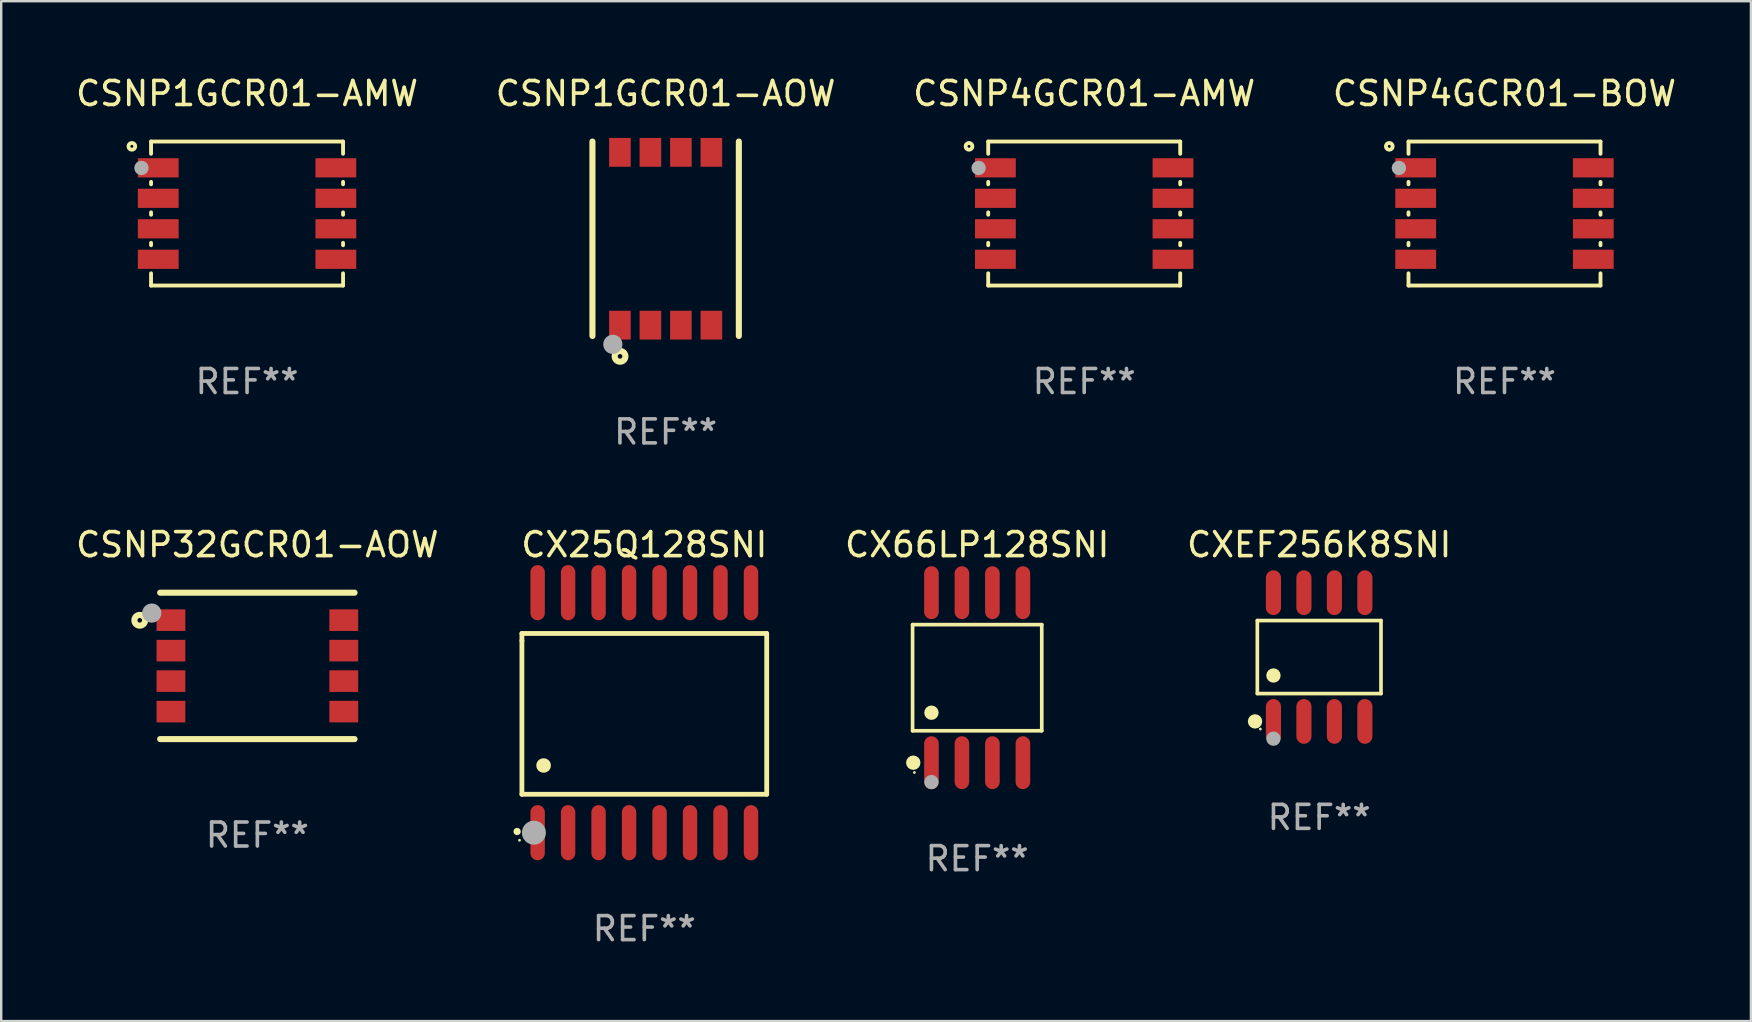
<source format=kicad_pcb>
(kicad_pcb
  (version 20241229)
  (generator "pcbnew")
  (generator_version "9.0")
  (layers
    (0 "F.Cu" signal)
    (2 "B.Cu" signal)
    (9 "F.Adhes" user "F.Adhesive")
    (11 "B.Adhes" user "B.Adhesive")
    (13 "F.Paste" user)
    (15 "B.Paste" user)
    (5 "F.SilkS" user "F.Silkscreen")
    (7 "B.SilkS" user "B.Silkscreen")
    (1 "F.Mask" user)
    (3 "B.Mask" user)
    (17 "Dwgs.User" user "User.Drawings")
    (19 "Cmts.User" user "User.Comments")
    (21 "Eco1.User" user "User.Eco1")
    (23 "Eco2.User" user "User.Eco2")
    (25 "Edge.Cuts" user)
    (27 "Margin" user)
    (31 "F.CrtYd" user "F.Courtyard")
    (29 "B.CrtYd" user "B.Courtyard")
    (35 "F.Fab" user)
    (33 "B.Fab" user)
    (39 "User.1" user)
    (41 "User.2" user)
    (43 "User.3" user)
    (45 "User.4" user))
  (footprint "CX25Q128SNI"
    (layer "F.Cu")
    (at 23.796 26.645)
    (property "Reference" "CX25Q128SNI" (at 0 -7 0) (layer "F.SilkS") (effects (font (size 1 1) (thickness 0.15))))
    (attr through_hole)
    (fp_line (start -5.1 -3.3) (end -5.1 -3) (stroke (width 0.2) (type solid)) (layer "F.SilkS"))
    (fp_line (start -5.1 -3) (end -5.1 3.4) (stroke (width 0.2) (type solid)) (layer "F.SilkS"))
    (fp_line (start -5.1 3.4) (end 5.1 3.4) (stroke (width 0.2) (type solid)) (layer "F.SilkS"))
    (fp_line (start 5.1 -3.3) (end -5.1 -3.3) (stroke (width 0.2) (type solid)) (layer "F.SilkS"))
    (fp_line (start 5.1 3.4) (end 5.1 -3.3) (stroke (width 0.2) (type solid)) (layer "F.SilkS"))
    (fp_arc (start -5.300991 4.950495) (mid -5.299721 4.95049) (end -5.298451 4.950495) (stroke (width 0.3) (type solid)) (layer "F.SilkS"))
    (fp_arc (start -4.2 2.200025) (mid -4.19619 2.200001) (end -4.19238 2.200025) (stroke (width 0.6) (type solid)) (layer "F.SilkS"))
    (fp_circle (center -5.2 5.315) (end -5.17 5.315) (stroke (width 0.06) (type solid)) (fill no) (layer "F.SilkS"))
    (fp_circle (center -4.6 5) (end -4.35 5) (stroke (width 0.5) (type solid)) (fill no) (layer "F.Fab"))
    (fp_text user "REF**" (at 0 9 0) (layer "F.Fab") (effects (font (size 1 1) (thickness 0.15))))
    (pad "1" smd oval (at -4.445 5 180) (size 0.6 2.3) (layers "F.Cu" "F.Mask" "F.Paste"))
    (pad "2" smd oval (at -3.175 5 180) (size 0.6 2.3) (layers "F.Cu" "F.Mask" "F.Paste"))
    (pad "3" smd oval (at -1.905 5 180) (size 0.6 2.3) (layers "F.Cu" "F.Mask" "F.Paste"))
    (pad "4" smd oval (at -0.635 5 180) (size 0.6 2.3) (layers "F.Cu" "F.Mask" "F.Paste"))
    (pad "5" smd oval (at 0.635 5 180) (size 0.6 2.3) (layers "F.Cu" "F.Mask" "F.Paste"))
    (pad "6" smd oval (at 1.905 5 180) (size 0.6 2.3) (layers "F.Cu" "F.Mask" "F.Paste"))
    (pad "7" smd oval (at 3.175 5 180) (size 0.6 2.3) (layers "F.Cu" "F.Mask" "F.Paste"))
    (pad "8" smd oval (at 4.445 5 180) (size 0.6 2.3) (layers "F.Cu" "F.Mask" "F.Paste"))
    (pad "9" smd oval (at 4.445 -5 180) (size 0.6 2.3) (layers "F.Cu" "F.Mask" "F.Paste"))
    (pad "10" smd oval (at 3.175 -5 180) (size 0.6 2.3) (layers "F.Cu" "F.Mask" "F.Paste"))
    (pad "11" smd oval (at 1.905 -5 180) (size 0.6 2.3) (layers "F.Cu" "F.Mask" "F.Paste"))
    (pad "12" smd oval (at 0.635 -5 180) (size 0.6 2.3) (layers "F.Cu" "F.Mask" "F.Paste"))
    (pad "13" smd oval (at -0.635 -5 180) (size 0.6 2.3) (layers "F.Cu" "F.Mask" "F.Paste"))
    (pad "14" smd oval (at -1.905 -5 180) (size 0.6 2.3) (layers "F.Cu" "F.Mask" "F.Paste"))
    (pad "15" smd oval (at -3.175 -5 180) (size 0.6 2.3) (layers "F.Cu" "F.Mask" "F.Paste"))
    (pad "16" smd oval (at -4.445 -5 180) (size 0.6 2.3) (layers "F.Cu" "F.Mask" "F.Paste")))
  (footprint "CSNP1GCR01-AMW"
    (layer "F.Cu")
    (at 7.244 5.848)
    (property "Reference" "CSNP1GCR01-AMW" (at 0 -5 0) (layer "F.SilkS") (effects (font (size 1 1) (thickness 0.15))))
    (attr through_hole)
    (fp_line (start -4 -3) (end -4 -2.489) (stroke (width 0.16) (type solid)) (layer "F.SilkS"))
    (fp_line (start -4 -3) (end 4 -3) (stroke (width 0.16) (type solid)) (layer "F.SilkS"))
    (fp_line (start -4 -1.321) (end -4 -1.219) (stroke (width 0.16) (type solid)) (layer "F.SilkS"))
    (fp_line (start -4 -0.051) (end -4 0.051) (stroke (width 0.16) (type solid)) (layer "F.SilkS"))
    (fp_line (start -4 1.219) (end -4 1.321) (stroke (width 0.16) (type solid)) (layer "F.SilkS"))
    (fp_line (start -4 2.489) (end -4 3) (stroke (width 0.16) (type solid)) (layer "F.SilkS"))
    (fp_line (start -4 3) (end 4 3) (stroke (width 0.16) (type solid)) (layer "F.SilkS"))
    (fp_line (start 4 -3) (end 4 -2.489) (stroke (width 0.16) (type solid)) (layer "F.SilkS"))
    (fp_line (start 4 -1.321) (end 4 -1.219) (stroke (width 0.16) (type solid)) (layer "F.SilkS"))
    (fp_line (start 4 -0.051) (end 4 0.051) (stroke (width 0.16) (type solid)) (layer "F.SilkS"))
    (fp_line (start 4 1.219) (end 4 1.321) (stroke (width 0.16) (type solid)) (layer "F.SilkS"))
    (fp_line (start 4 2.489) (end 4 3) (stroke (width 0.16) (type solid)) (layer "F.SilkS"))
    (fp_circle (center -4.8 -2.8) (end -4.659 -2.8) (stroke (width 0.16) (type solid)) (fill no) (layer "F.SilkS"))
    (fp_circle (center -4 -3) (end -3.97 -3) (stroke (width 0.06) (type solid)) (fill no) (layer "F.SilkS"))
    (fp_circle (center -4.4 -1.9) (end -4.25 -1.9) (stroke (width 0.3) (type solid)) (fill no) (layer "F.Fab"))
    (fp_text user "REF**" (at 0 7 0) (layer "F.Fab") (effects (font (size 1 1) (thickness 0.15))))
    (pad "1" smd rect (at -3.7 -1.905) (size 1.7 0.8) (layers "F.Cu" "F.Mask" "F.Paste"))
    (pad "2" smd rect (at -3.7 -0.635) (size 1.7 0.8) (layers "F.Cu" "F.Mask" "F.Paste"))
    (pad "3" smd rect (at -3.7 0.635) (size 1.7 0.8) (layers "F.Cu" "F.Mask" "F.Paste"))
    (pad "4" smd rect (at -3.7 1.905) (size 1.7 0.8) (layers "F.Cu" "F.Mask" "F.Paste"))
    (pad "5" smd rect (at 3.7 1.905) (size 1.7 0.8) (layers "F.Cu" "F.Mask" "F.Paste"))
    (pad "6" smd rect (at 3.7 0.635) (size 1.7 0.8) (layers "F.Cu" "F.Mask" "F.Paste"))
    (pad "7" smd rect (at 3.7 -0.635) (size 1.7 0.8) (layers "F.Cu" "F.Mask" "F.Paste"))
    (pad "8" smd rect (at 3.7 -1.905) (size 1.7 0.8) (layers "F.Cu" "F.Mask" "F.Paste")))
  (footprint "CSNP4GCR01-BOW"
    (layer "F.Cu")
    (at 59.637 5.848)
    (property "Reference" "CSNP4GCR01-BOW" (at 0 -5 0) (layer "F.SilkS") (effects (font (size 1 1) (thickness 0.15))))
    (attr through_hole)
    (fp_line (start -4 -3) (end -4 -2.489) (stroke (width 0.16) (type solid)) (layer "F.SilkS"))
    (fp_line (start -4 -3) (end 4 -3) (stroke (width 0.16) (type solid)) (layer "F.SilkS"))
    (fp_line (start -4 -1.321) (end -4 -1.219) (stroke (width 0.16) (type solid)) (layer "F.SilkS"))
    (fp_line (start -4 -0.051) (end -4 0.051) (stroke (width 0.16) (type solid)) (layer "F.SilkS"))
    (fp_line (start -4 1.219) (end -4 1.321) (stroke (width 0.16) (type solid)) (layer "F.SilkS"))
    (fp_line (start -4 2.489) (end -4 3) (stroke (width 0.16) (type solid)) (layer "F.SilkS"))
    (fp_line (start -4 3) (end 4 3) (stroke (width 0.16) (type solid)) (layer "F.SilkS"))
    (fp_line (start 4 -3) (end 4 -2.489) (stroke (width 0.16) (type solid)) (layer "F.SilkS"))
    (fp_line (start 4 -1.321) (end 4 -1.219) (stroke (width 0.16) (type solid)) (layer "F.SilkS"))
    (fp_line (start 4 -0.051) (end 4 0.051) (stroke (width 0.16) (type solid)) (layer "F.SilkS"))
    (fp_line (start 4 1.219) (end 4 1.321) (stroke (width 0.16) (type solid)) (layer "F.SilkS"))
    (fp_line (start 4 2.489) (end 4 3) (stroke (width 0.16) (type solid)) (layer "F.SilkS"))
    (fp_circle (center -4.8 -2.8) (end -4.659 -2.8) (stroke (width 0.16) (type solid)) (fill no) (layer "F.SilkS"))
    (fp_circle (center -4 -3) (end -3.97 -3) (stroke (width 0.06) (type solid)) (fill no) (layer "F.SilkS"))
    (fp_circle (center -4.4 -1.9) (end -4.25 -1.9) (stroke (width 0.3) (type solid)) (fill no) (layer "F.Fab"))
    (fp_text user "REF**" (at 0 7 0) (layer "F.Fab") (effects (font (size 1 1) (thickness 0.15))))
    (pad "1" smd rect (at -3.7 -1.905) (size 1.7 0.8) (layers "F.Cu" "F.Mask" "F.Paste"))
    (pad "2" smd rect (at -3.7 -0.635) (size 1.7 0.8) (layers "F.Cu" "F.Mask" "F.Paste"))
    (pad "3" smd rect (at -3.7 0.635) (size 1.7 0.8) (layers "F.Cu" "F.Mask" "F.Paste"))
    (pad "4" smd rect (at -3.7 1.905) (size 1.7 0.8) (layers "F.Cu" "F.Mask" "F.Paste"))
    (pad "5" smd rect (at 3.7 1.905) (size 1.7 0.8) (layers "F.Cu" "F.Mask" "F.Paste"))
    (pad "6" smd rect (at 3.7 0.635) (size 1.7 0.8) (layers "F.Cu" "F.Mask" "F.Paste"))
    (pad "7" smd rect (at 3.7 -0.635) (size 1.7 0.8) (layers "F.Cu" "F.Mask" "F.Paste"))
    (pad "8" smd rect (at 3.7 -1.905) (size 1.7 0.8) (layers "F.Cu" "F.Mask" "F.Paste")))
  (footprint "CSNP32GCR01-AOW"
    (layer "F.Cu")
    (at 7.673 24.695)
    (property "Reference" "CSNP32GCR01-AOW" (at 0 -5.05 0) (layer "F.SilkS") (effects (font (size 1 1) (thickness 0.15))))
    (attr through_hole)
    (fp_line (start -4.05 -3.05) (end 4.05 -3.05) (stroke (width 0.254) (type solid)) (layer "F.SilkS"))
    (fp_line (start -4.05 3.05) (end 4.05 3.05) (stroke (width 0.254) (type solid)) (layer "F.SilkS"))
    (fp_circle (center -4.9 -1.9) (end -4.676 -1.9) (stroke (width 0.254) (type solid)) (fill no) (layer "F.SilkS"))
    (fp_circle (center -4.002 -3) (end -3.972 -3) (stroke (width 0.06) (type solid)) (fill no) (layer "F.SilkS"))
    (fp_circle (center -4.4 -2.2) (end -4.2 -2.2) (stroke (width 0.4) (type solid)) (fill no) (layer "F.Fab"))
    (fp_text user "REF**" (at 0 7.05 0) (layer "F.Fab") (effects (font (size 1 1) (thickness 0.15))))
    (pad "1" smd rect (at -3.6 -1.905 90) (size 0.9 1.2) (layers "F.Cu" "F.Mask" "F.Paste"))
    (pad "2" smd rect (at -3.6 -0.635 270) (size 0.9 1.2) (layers "F.Cu" "F.Mask" "F.Paste"))
    (pad "3" smd rect (at -3.6 0.635 270) (size 0.9 1.2) (layers "F.Cu" "F.Mask" "F.Paste"))
    (pad "4" smd rect (at -3.6 1.905 270) (size 0.9 1.2) (layers "F.Cu" "F.Mask" "F.Paste"))
    (pad "5" smd rect (at 3.6 1.905 270) (size 0.9 1.2) (layers "F.Cu" "F.Mask" "F.Paste"))
    (pad "6" smd rect (at 3.6 0.635 270) (size 0.9 1.2) (layers "F.Cu" "F.Mask" "F.Paste"))
    (pad "7" smd rect (at 3.6 -0.635 270) (size 0.9 1.2) (layers "F.Cu" "F.Mask" "F.Paste"))
    (pad "8" smd rect (at 3.6 -1.905 270) (size 0.9 1.2) (layers "F.Cu" "F.Mask" "F.Paste")))
  (footprint "CXEF256K8SNI"
    (layer "F.Cu")
    (at 51.915 24.327)
    (property "Reference" "CXEF256K8SNI" (at 0 -4.682 0) (layer "F.SilkS") (effects (font (size 1 1) (thickness 0.15))))
    (attr through_hole)
    (fp_line (start -2.576 -1.521) (end 2.576 -1.521) (stroke (width 0.152) (type solid)) (layer "F.SilkS"))
    (fp_line (start -2.576 1.521) (end -2.576 -1.521) (stroke (width 0.152) (type solid)) (layer "F.SilkS"))
    (fp_line (start 2.576 -1.521) (end 2.576 1.521) (stroke (width 0.152) (type solid)) (layer "F.SilkS"))
    (fp_line (start 2.576 1.521) (end -2.576 1.521) (stroke (width 0.152) (type solid)) (layer "F.SilkS"))
    (fp_circle (center -2.672 2.682) (end -2.522 2.682) (stroke (width 0.3) (type solid)) (fill no) (layer "F.SilkS"))
    (fp_circle (center -2.45 3) (end -2.42 3) (stroke (width 0.06) (type solid)) (fill no) (layer "F.SilkS"))
    (fp_circle (center -1.905 0.769) (end -1.755 0.769) (stroke (width 0.3) (type solid)) (fill no) (layer "F.SilkS"))
    (fp_circle (center -1.905 3.4) (end -1.755 3.4) (stroke (width 0.3) (type solid)) (fill no) (layer "F.Fab"))
    (fp_text user "REF**" (at 0 6.682 0) (layer "F.Fab") (effects (font (size 1 1) (thickness 0.15))))
    (pad "1" smd oval (at -1.905 2.682) (size 0.63 1.865) (layers "F.Cu" "F.Mask" "F.Paste"))
    (pad "2" smd oval (at -0.635 2.682) (size 0.63 1.865) (layers "F.Cu" "F.Mask" "F.Paste"))
    (pad "3" smd oval (at 0.635 2.682) (size 0.63 1.865) (layers "F.Cu" "F.Mask" "F.Paste"))
    (pad "4" smd oval (at 1.905 2.682) (size 0.63 1.865) (layers "F.Cu" "F.Mask" "F.Paste"))
    (pad "5" smd oval (at 1.905 -2.682) (size 0.63 1.865) (layers "F.Cu" "F.Mask" "F.Paste"))
    (pad "6" smd oval (at 0.635 -2.682) (size 0.63 1.865) (layers "F.Cu" "F.Mask" "F.Paste"))
    (pad "7" smd oval (at -0.635 -2.682) (size 0.63 1.865) (layers "F.Cu" "F.Mask" "F.Paste"))
    (pad "8" smd oval (at -1.905 -2.682) (size 0.63 1.865) (layers "F.Cu" "F.Mask" "F.Paste")))
  (footprint "CX66LP128SNI"
    (layer "F.Cu")
    (at 37.665 25.187)
    (property "Reference" "CX66LP128SNI" (at 0 -5.542 0) (layer "F.SilkS") (effects (font (size 1 1) (thickness 0.15))))
    (attr through_hole)
    (fp_line (start -2.691 -2.211) (end 2.691 -2.211) (stroke (width 0.152) (type solid)) (layer "F.SilkS"))
    (fp_line (start -2.691 2.211) (end -2.691 -2.211) (stroke (width 0.152) (type solid)) (layer "F.SilkS"))
    (fp_line (start 2.691 -2.211) (end 2.691 2.211) (stroke (width 0.152) (type solid)) (layer "F.SilkS"))
    (fp_line (start 2.691 2.211) (end -2.691 2.211) (stroke (width 0.152) (type solid)) (layer "F.SilkS"))
    (fp_circle (center -2.662 3.542) (end -2.512 3.542) (stroke (width 0.3) (type solid)) (fill no) (layer "F.SilkS"))
    (fp_circle (center -2.615 3.95) (end -2.585 3.95) (stroke (width 0.06) (type solid)) (fill no) (layer "F.SilkS"))
    (fp_circle (center -1.905 1.459) (end -1.755 1.459) (stroke (width 0.3) (type solid)) (fill no) (layer "F.SilkS"))
    (fp_circle (center -1.905 4.35) (end -1.755 4.35) (stroke (width 0.3) (type solid)) (fill no) (layer "F.Fab"))
    (fp_text user "REF**" (at 0 7.542 0) (layer "F.Fab") (effects (font (size 1 1) (thickness 0.15))))
    (pad "1" smd oval (at -1.905 3.542) (size 0.609 2.204) (layers "F.Cu" "F.Mask" "F.Paste"))
    (pad "2" smd oval (at -0.635 3.542) (size 0.609 2.204) (layers "F.Cu" "F.Mask" "F.Paste"))
    (pad "3" smd oval (at 0.635 3.542) (size 0.609 2.204) (layers "F.Cu" "F.Mask" "F.Paste"))
    (pad "4" smd oval (at 1.905 3.542) (size 0.609 2.204) (layers "F.Cu" "F.Mask" "F.Paste"))
    (pad "5" smd oval (at 1.905 -3.542) (size 0.609 2.204) (layers "F.Cu" "F.Mask" "F.Paste"))
    (pad "6" smd oval (at 0.635 -3.542) (size 0.609 2.204) (layers "F.Cu" "F.Mask" "F.Paste"))
    (pad "7" smd oval (at -0.635 -3.542) (size 0.609 2.204) (layers "F.Cu" "F.Mask" "F.Paste"))
    (pad "8" smd oval (at -1.905 -3.542) (size 0.609 2.204) (layers "F.Cu" "F.Mask" "F.Paste")))
  (footprint "CSNP4GCR01-AMW"
    (layer "F.Cu")
    (at 42.125 5.848)
    (property "Reference" "CSNP4GCR01-AMW" (at 0 -5 0) (layer "F.SilkS") (effects (font (size 1 1) (thickness 0.15))))
    (attr through_hole)
    (fp_line (start -4 -3) (end -4 -2.489) (stroke (width 0.16) (type solid)) (layer "F.SilkS"))
    (fp_line (start -4 -3) (end 4 -3) (stroke (width 0.16) (type solid)) (layer "F.SilkS"))
    (fp_line (start -4 -1.321) (end -4 -1.219) (stroke (width 0.16) (type solid)) (layer "F.SilkS"))
    (fp_line (start -4 -0.051) (end -4 0.051) (stroke (width 0.16) (type solid)) (layer "F.SilkS"))
    (fp_line (start -4 1.219) (end -4 1.321) (stroke (width 0.16) (type solid)) (layer "F.SilkS"))
    (fp_line (start -4 2.489) (end -4 3) (stroke (width 0.16) (type solid)) (layer "F.SilkS"))
    (fp_line (start -4 3) (end 4 3) (stroke (width 0.16) (type solid)) (layer "F.SilkS"))
    (fp_line (start 4 -3) (end 4 -2.489) (stroke (width 0.16) (type solid)) (layer "F.SilkS"))
    (fp_line (start 4 -1.321) (end 4 -1.219) (stroke (width 0.16) (type solid)) (layer "F.SilkS"))
    (fp_line (start 4 -0.051) (end 4 0.051) (stroke (width 0.16) (type solid)) (layer "F.SilkS"))
    (fp_line (start 4 1.219) (end 4 1.321) (stroke (width 0.16) (type solid)) (layer "F.SilkS"))
    (fp_line (start 4 2.489) (end 4 3) (stroke (width 0.16) (type solid)) (layer "F.SilkS"))
    (fp_circle (center -4.8 -2.8) (end -4.659 -2.8) (stroke (width 0.16) (type solid)) (fill no) (layer "F.SilkS"))
    (fp_circle (center -4 -3) (end -3.97 -3) (stroke (width 0.06) (type solid)) (fill no) (layer "F.SilkS"))
    (fp_circle (center -4.4 -1.9) (end -4.25 -1.9) (stroke (width 0.3) (type solid)) (fill no) (layer "F.Fab"))
    (fp_text user "REF**" (at 0 7 0) (layer "F.Fab") (effects (font (size 1 1) (thickness 0.15))))
    (pad "1" smd rect (at -3.7 -1.905) (size 1.7 0.8) (layers "F.Cu" "F.Mask" "F.Paste"))
    (pad "2" smd rect (at -3.7 -0.635) (size 1.7 0.8) (layers "F.Cu" "F.Mask" "F.Paste"))
    (pad "3" smd rect (at -3.7 0.635) (size 1.7 0.8) (layers "F.Cu" "F.Mask" "F.Paste"))
    (pad "4" smd rect (at -3.7 1.905) (size 1.7 0.8) (layers "F.Cu" "F.Mask" "F.Paste"))
    (pad "5" smd rect (at 3.7 1.905) (size 1.7 0.8) (layers "F.Cu" "F.Mask" "F.Paste"))
    (pad "6" smd rect (at 3.7 0.635) (size 1.7 0.8) (layers "F.Cu" "F.Mask" "F.Paste"))
    (pad "7" smd rect (at 3.7 -0.635) (size 1.7 0.8) (layers "F.Cu" "F.Mask" "F.Paste"))
    (pad "8" smd rect (at 3.7 -1.905) (size 1.7 0.8) (layers "F.Cu" "F.Mask" "F.Paste")))
  (footprint "CSNP1GCR01-AOW"
    (layer "F.Cu")
    (at 24.685 6.898)
    (property "Reference" "CSNP1GCR01-AOW" (at 0 -6.05 0) (layer "F.SilkS") (effects (font (size 1 1) (thickness 0.15))))
    (attr through_hole)
    (fp_line (start -3.05 4.05) (end -3.05 -4.05) (stroke (width 0.254) (type solid)) (layer "F.SilkS"))
    (fp_line (start 3.05 4.05) (end 3.05 -4.05) (stroke (width 0.254) (type solid)) (layer "F.SilkS"))
    (fp_circle (center -3 4.002) (end -2.97 4.002) (stroke (width 0.06) (type solid)) (fill no) (layer "F.SilkS"))
    (fp_circle (center -1.9 4.9) (end -1.676 4.9) (stroke (width 0.254) (type solid)) (fill no) (layer "F.SilkS"))
    (fp_circle (center -2.2 4.4) (end -2 4.4) (stroke (width 0.4) (type solid)) (fill no) (layer "F.Fab"))
    (fp_text user "REF**" (at 0 8.05 0) (layer "F.Fab") (effects (font (size 1 1) (thickness 0.15))))
    (pad "1" smd rect (at -1.905 3.6 180) (size 0.9 1.2) (layers "F.Cu" "F.Mask" "F.Paste"))
    (pad "2" smd rect (at -0.635 3.6) (size 0.9 1.2) (layers "F.Cu" "F.Mask" "F.Paste"))
    (pad "3" smd rect (at 0.635 3.6) (size 0.9 1.2) (layers "F.Cu" "F.Mask" "F.Paste"))
    (pad "4" smd rect (at 1.905 3.6) (size 0.9 1.2) (layers "F.Cu" "F.Mask" "F.Paste"))
    (pad "5" smd rect (at 1.905 -3.6) (size 0.9 1.2) (layers "F.Cu" "F.Mask" "F.Paste"))
    (pad "6" smd rect (at 0.635 -3.6) (size 0.9 1.2) (layers "F.Cu" "F.Mask" "F.Paste"))
    (pad "7" smd rect (at -0.635 -3.6) (size 0.9 1.2) (layers "F.Cu" "F.Mask" "F.Paste"))
    (pad "8" smd rect (at -1.905 -3.6) (size 0.9 1.2) (layers "F.Cu" "F.Mask" "F.Paste")))
  (gr_rect
    (start -3 -3)
    (end 69.905 39.493)
    (stroke (width 0.1) (type default))
    (fill no)
    (layer "Edge.Cuts")))
</source>
